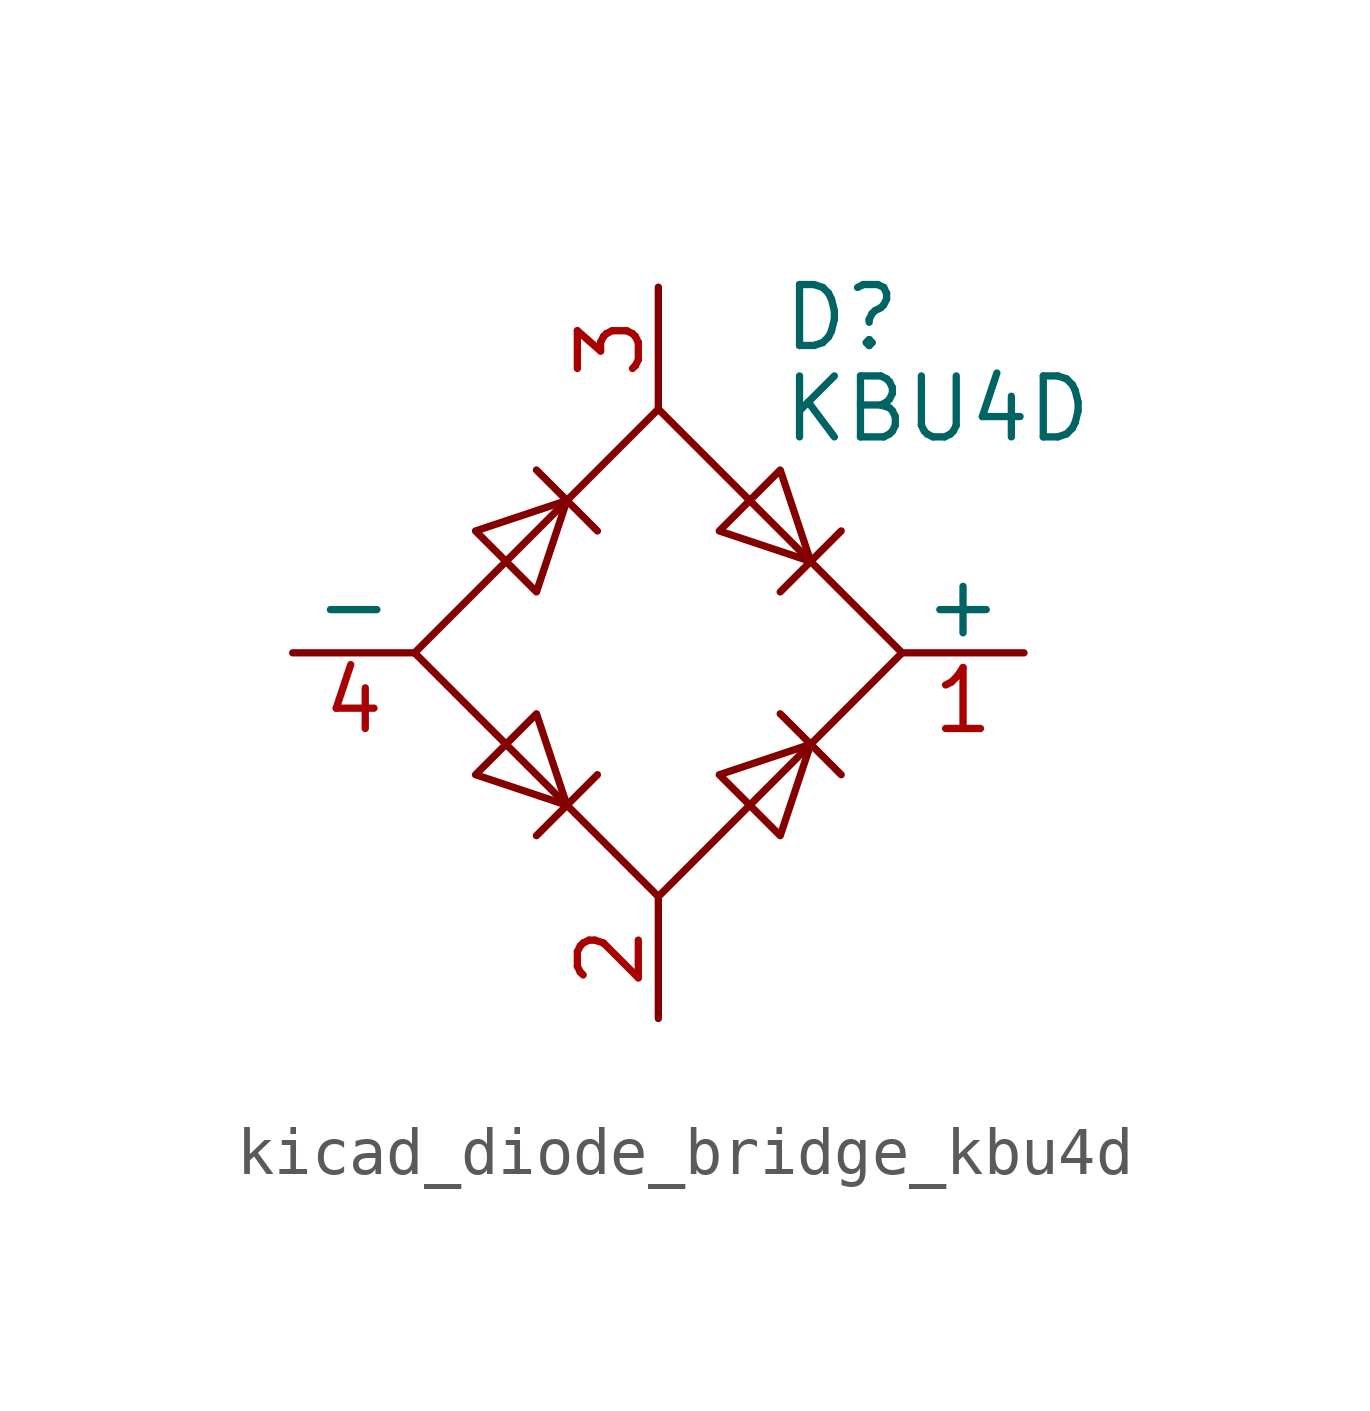
<source format=kicad_sym>
(kicad_symbol_lib
  (version 20220914)
  (generator kicad_symbol_editor)
  (symbol "kicad_diode_bridge_kbu4d"
    (pin_names
      (offset 0))
    (property "Reference" "D"
      (at 2.54 6.985 0)
      (effects (font (size 1.27 1.27)) (justify left)))
    (property "Value" "KBU4D"
      (at 2.54 5.08 0)
      (effects (font (size 1.27 1.27)) (justify left)))
    (symbol "kicad_diode_bridge_kbu4d_0_1"
      (polyline (pts (xy -2.54 3.81) (xy -1.27 2.54)) (stroke (width 0) (type default)) (fill (type none)))
      (polyline (pts (xy -1.27 -2.54) (xy -2.54 -3.81)) (stroke (width 0) (type default)) (fill (type none)))
      (polyline (pts (xy 2.54 -1.27) (xy 3.81 -2.54)) (stroke (width 0) (type default)) (fill (type none)))
      (polyline (pts (xy 2.54 1.27) (xy 3.81 2.54)) (stroke (width 0) (type default)) (fill (type none)))
      (polyline (pts (xy -3.81 2.54) (xy -2.54 1.27) (xy -1.905 3.175) (xy -3.81 2.54)) (stroke (width 0) (type default)) (fill (type none)))
      (polyline (pts (xy -2.54 -1.27) (xy -3.81 -2.54) (xy -1.905 -3.175) (xy -2.54 -1.27)) (stroke (width 0) (type default)) (fill (type none)))
      (polyline (pts (xy 1.27 2.54) (xy 2.54 3.81) (xy 3.175 1.905) (xy 1.27 2.54)) (stroke (width 0) (type default)) (fill (type none)))
      (polyline (pts (xy 3.175 -1.905) (xy 1.27 -2.54) (xy 2.54 -3.81) (xy 3.175 -1.905)) (stroke (width 0) (type default)) (fill (type none)))
      (polyline (pts (xy -5.08 0) (xy 0 -5.08) (xy 5.08 0) (xy 0 5.08) (xy -5.08 0)) (stroke (width 0) (type default)) (fill (type none))))
    (symbol "kicad_diode_bridge_kbu4d_1_1"
      (pin passive line (at 7.62 0 180) (length 2.54) (name "+" (effects (font (size 1.27 1.27)))) (number "1" (effects (font (size 1.27 1.27)))))
      (pin passive line (at 0 -7.62 90) (length 2.54) (name "~" (effects (font (size 1.27 1.27)))) (number "2" (effects (font (size 1.27 1.27)))))
      (pin passive line (at 0 7.62 270) (length 2.54) (name "~" (effects (font (size 1.27 1.27)))) (number "3" (effects (font (size 1.27 1.27)))))
      (pin passive line (at -7.62 0 0) (length 2.54) (name "-" (effects (font (size 1.27 1.27)))) (number "4" (effects (font (size 1.27 1.27))))))))
</source>
